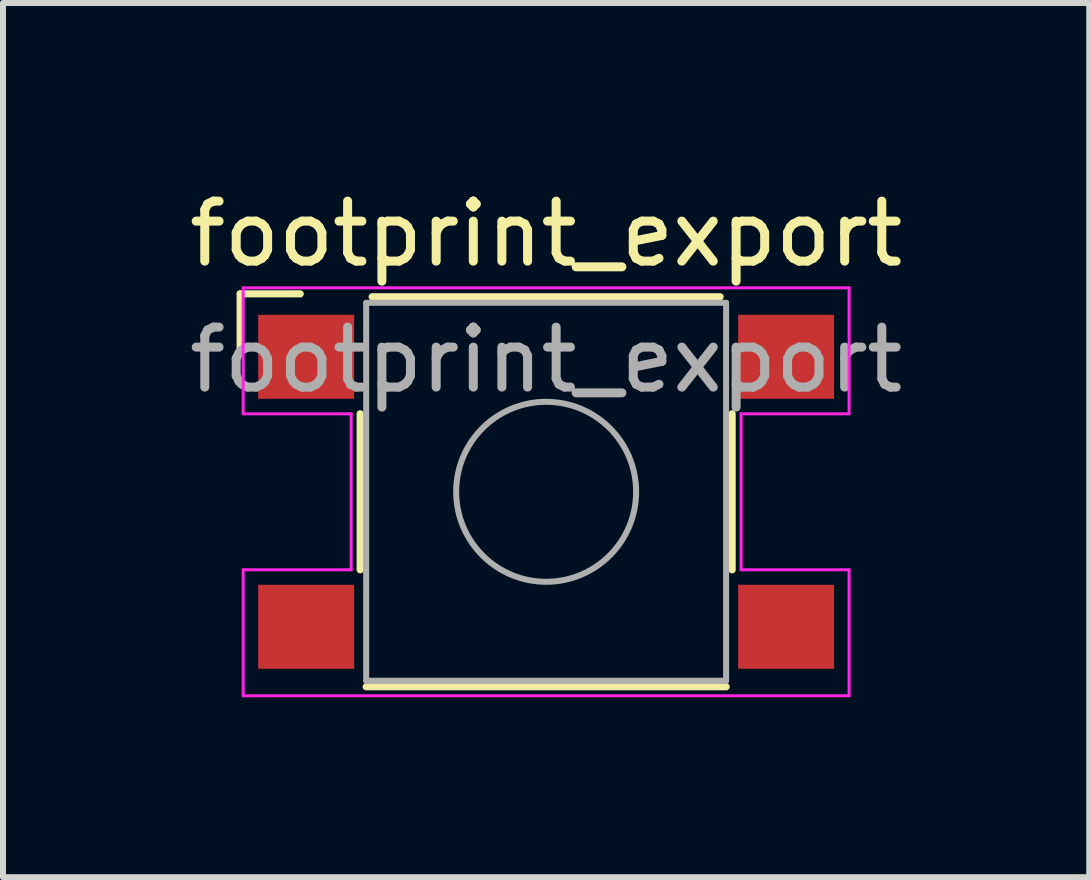
<source format=kicad_pcb>
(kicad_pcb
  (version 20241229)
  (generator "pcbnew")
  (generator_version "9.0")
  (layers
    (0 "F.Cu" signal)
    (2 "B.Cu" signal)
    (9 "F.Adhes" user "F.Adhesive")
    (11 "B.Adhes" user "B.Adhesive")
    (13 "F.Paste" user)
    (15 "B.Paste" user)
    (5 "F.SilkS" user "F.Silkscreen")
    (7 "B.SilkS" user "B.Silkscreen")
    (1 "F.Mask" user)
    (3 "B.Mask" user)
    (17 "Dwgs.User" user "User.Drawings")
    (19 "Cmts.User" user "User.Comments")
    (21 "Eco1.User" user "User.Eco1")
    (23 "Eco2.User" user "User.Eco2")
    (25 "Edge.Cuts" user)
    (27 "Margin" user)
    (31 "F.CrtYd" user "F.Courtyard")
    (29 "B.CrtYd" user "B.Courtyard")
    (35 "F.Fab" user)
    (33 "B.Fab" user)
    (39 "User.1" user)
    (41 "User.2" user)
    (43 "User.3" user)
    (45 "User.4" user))
  (footprint "footprint_export"
    (layer "F.Cu")
    (at 6.054 5.148)
    (property "Reference" "footprint_export" (at 0 -4.3 0) (layer "F.SilkS") (effects (font (size 1 1) (thickness 0.15))))
    (attr smd)
    (fp_line (start -5.1 -3.3) (end -4.1 -3.3) (stroke (width 0.12) (type solid)) (layer "F.SilkS"))
    (fp_line (start -5.1 -2.3) (end -5.1 -3.3) (stroke (width 0.12) (type solid)) (layer "F.SilkS"))
    (fp_line (start -3.1 -1.3) (end -3.1 1.3) (stroke (width 0.12) (type solid)) (layer "F.SilkS"))
    (fp_line (start 2.9 -3.25) (end -2.9 -3.25) (stroke (width 0.12) (type solid)) (layer "F.SilkS"))
    (fp_line (start 3 3.25) (end -3 3.25) (stroke (width 0.12) (type solid)) (layer "F.SilkS"))
    (fp_line (start 3.1 -1.3) (end 3.1 1.3) (stroke (width 0.12) (type solid)) (layer "F.SilkS"))
    (fp_line (start -5.05 -3.4) (end 5.05 -3.4) (stroke (width 0.05) (type solid)) (layer "F.CrtYd"))
    (fp_line (start -5.05 -1.3) (end -5.05 -3.4) (stroke (width 0.05) (type solid)) (layer "F.CrtYd"))
    (fp_line (start -5.05 1.3) (end -3.25 1.3) (stroke (width 0.05) (type solid)) (layer "F.CrtYd"))
    (fp_line (start -5.05 3.4) (end -5.05 1.3) (stroke (width 0.05) (type solid)) (layer "F.CrtYd"))
    (fp_line (start -3.25 -1.3) (end -5.05 -1.3) (stroke (width 0.05) (type solid)) (layer "F.CrtYd"))
    (fp_line (start -3.25 1.3) (end -3.25 -1.3) (stroke (width 0.05) (type solid)) (layer "F.CrtYd"))
    (fp_line (start 3.25 -1.3) (end 3.25 1.3) (stroke (width 0.05) (type solid)) (layer "F.CrtYd"))
    (fp_line (start 3.25 1.3) (end 5.05 1.3) (stroke (width 0.05) (type solid)) (layer "F.CrtYd"))
    (fp_line (start 5.05 -3.4) (end 5.05 -1.3) (stroke (width 0.05) (type solid)) (layer "F.CrtYd"))
    (fp_line (start 5.05 -1.3) (end 3.25 -1.3) (stroke (width 0.05) (type solid)) (layer "F.CrtYd"))
    (fp_line (start 5.05 1.3) (end 5.05 3.4) (stroke (width 0.05) (type solid)) (layer "F.CrtYd"))
    (fp_line (start 5.05 3.4) (end -5.05 3.4) (stroke (width 0.05) (type solid)) (layer "F.CrtYd"))
    (fp_line (start -3 -3.15) (end 3 -3.15) (stroke (width 0.1) (type solid)) (layer "F.Fab"))
    (fp_line (start -3 3.15) (end -3 -3.15) (stroke (width 0.1) (type solid)) (layer "F.Fab"))
    (fp_line (start 3 -3.15) (end 3 3.15) (stroke (width 0.1) (type solid)) (layer "F.Fab"))
    (fp_line (start 3 3.15) (end -3 3.15) (stroke (width 0.1) (type solid)) (layer "F.Fab"))
    (fp_circle (center 0 0) (end 1.5 0) (stroke (width 0.1) (type solid)) (fill no) (layer "F.Fab"))
    (fp_text user "${REFERENCE}" (at 0 -2.2 0) (layer "F.Fab") (effects (font (size 1 1) (thickness 0.15))))
    (pad "1" smd rect (at -4 -2.25 180) (size 1.6 1.4) (layers "F.Cu" "F.Mask" "F.Paste"))
    (pad "1" smd rect (at 4 -2.25 180) (size 1.6 1.4) (layers "F.Cu" "F.Mask" "F.Paste"))
    (pad "2" smd rect (at -4 2.25 180) (size 1.6 1.4) (layers "F.Cu" "F.Mask" "F.Paste"))
    (pad "2" smd rect (at 4 2.25 180) (size 1.6 1.4) (layers "F.Cu" "F.Mask" "F.Paste")))
  (gr_rect
    (start -3 -3)
    (end 15.107 11.573)
    (stroke (width 0.1) (type default))
    (fill no)
    (layer "Edge.Cuts")))
</source>
